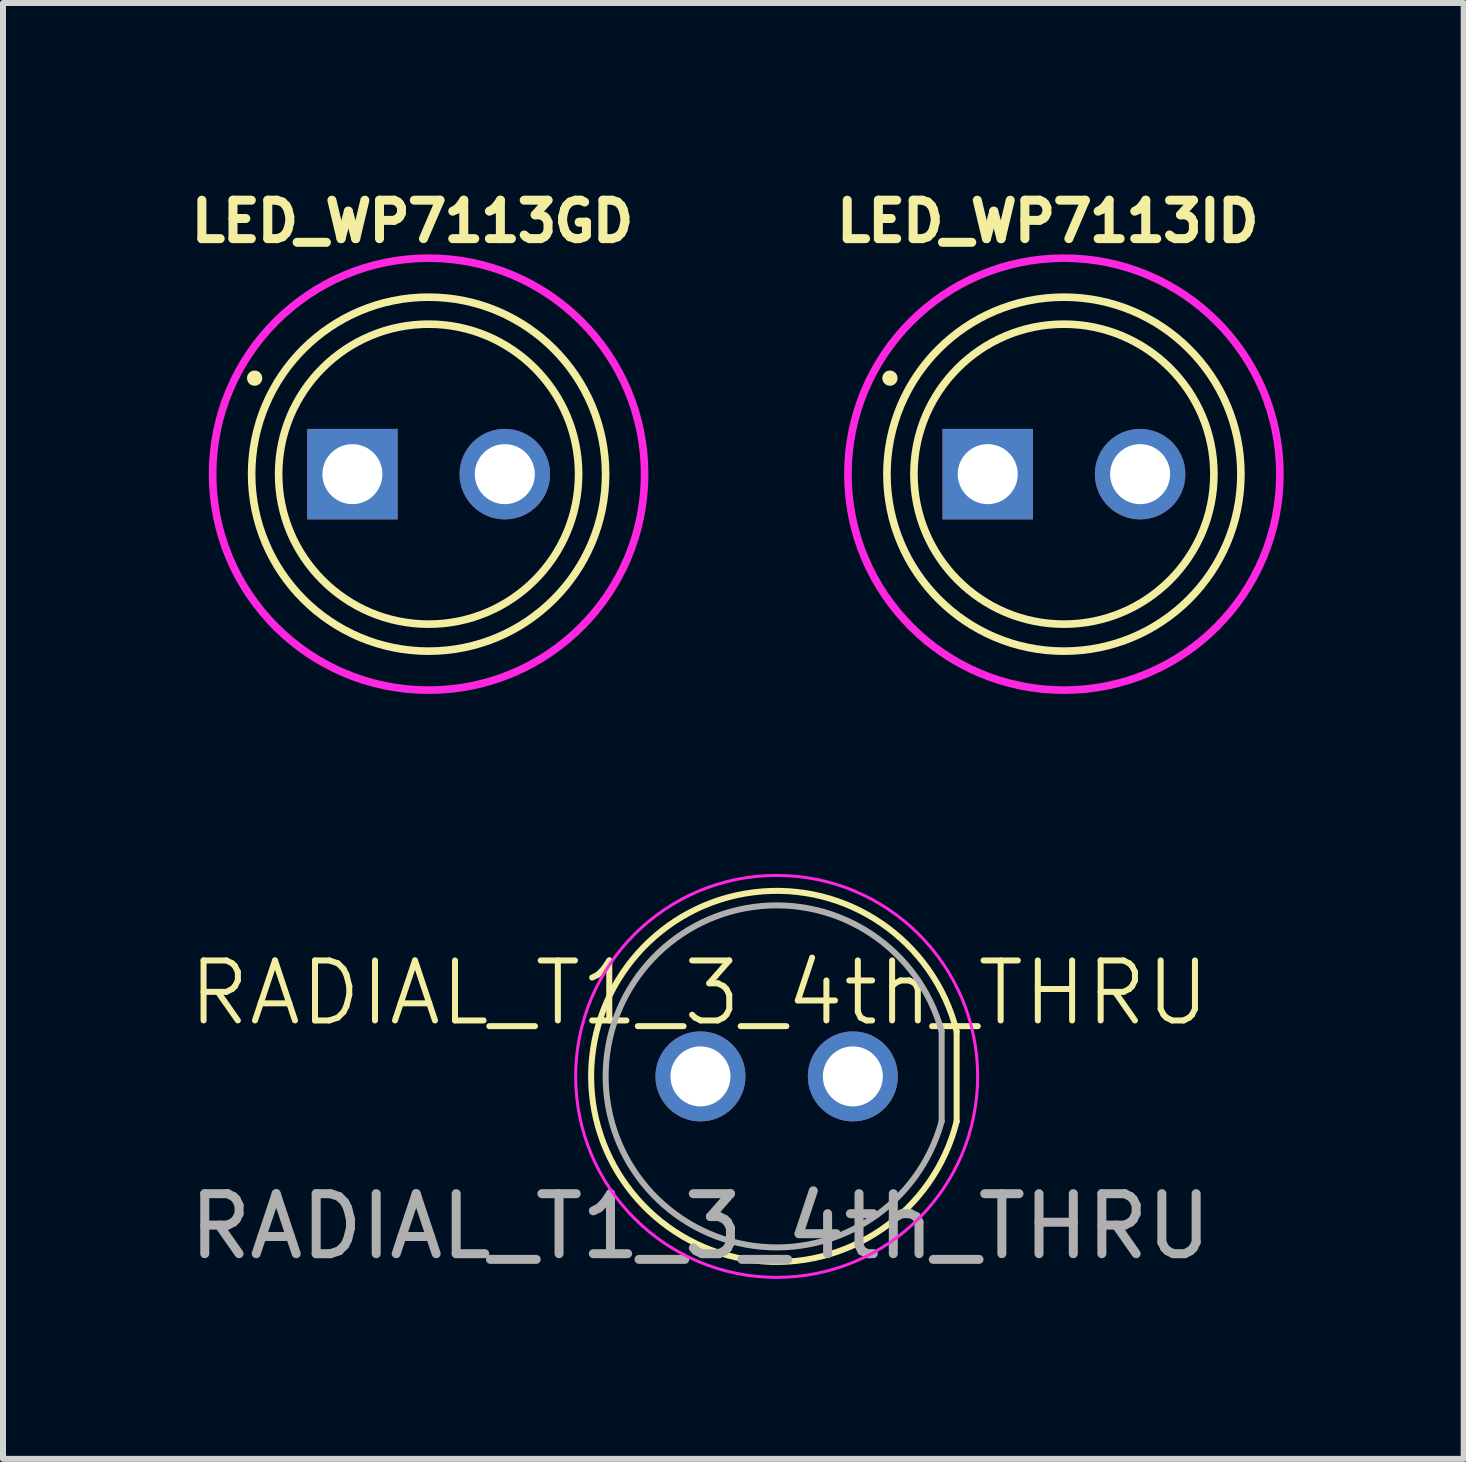
<source format=kicad_pcb>
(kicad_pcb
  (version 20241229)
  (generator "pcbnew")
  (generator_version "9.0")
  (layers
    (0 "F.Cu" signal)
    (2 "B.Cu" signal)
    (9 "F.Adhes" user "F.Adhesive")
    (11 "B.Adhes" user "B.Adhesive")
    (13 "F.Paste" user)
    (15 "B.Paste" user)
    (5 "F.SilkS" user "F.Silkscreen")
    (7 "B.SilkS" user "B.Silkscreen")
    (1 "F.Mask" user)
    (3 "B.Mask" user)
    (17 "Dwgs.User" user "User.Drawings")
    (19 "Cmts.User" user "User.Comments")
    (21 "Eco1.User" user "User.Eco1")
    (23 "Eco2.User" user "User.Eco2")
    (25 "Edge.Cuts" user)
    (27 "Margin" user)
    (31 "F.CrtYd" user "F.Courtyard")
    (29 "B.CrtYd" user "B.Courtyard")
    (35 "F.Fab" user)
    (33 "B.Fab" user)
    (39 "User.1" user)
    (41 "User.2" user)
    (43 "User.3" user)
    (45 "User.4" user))
  (footprint "RADIAL_T1_3_4th_THRU"
    (layer "F.Cu")
    (at 8.625 14.891)
    (property "Reference" "RADIAL_T1_3_4th_THRU" (at -0.02 -1.39 0) (unlocked yes) (layer "F.SilkS") (effects (font (size 1 1) (thickness 0.1))))
    (attr through_hole)
    (fp_line (start 4.27 -0.75) (end 4.27 0.75) (stroke (width 0.1) (type default)) (layer "F.SilkS"))
    (fp_arc (start 4.27 0.75) (mid -1.822329 0) (end 4.27 -0.749999) (stroke (width 0.1) (type default)) (layer "F.SilkS"))
    (fp_circle (center 1.27 0) (end 4.62 0) (stroke (width 0.05) (type solid)) (fill no) (layer "F.CrtYd"))
    (fp_line (start 4.02 -0.75) (end 4.02 0.75) (stroke (width 0.1) (type default)) (layer "F.Fab"))
    (fp_arc (start 4.02 0.75) (mid -1.580439 0) (end 4.02 -0.75) (stroke (width 0.1) (type default)) (layer "F.Fab"))
    (fp_text user "${REFERENCE}" (at 0 2.5 0) (unlocked yes) (layer "F.Fab") (effects (font (size 1 1) (thickness 0.15))))
    (pad "1" thru_hole circle (at 0 0) (size 1.5 1.5) (drill 1) (layers "*.Cu" "*.Mask"))
    (pad "2" thru_hole circle (at 2.54 0) (size 1.5 1.5) (drill 1) (layers "*.Cu" "*.Mask")))
  (footprint "LED_WP7113ID"
    (layer "F.Cu")
    (at 14.683 4.853)
    (property "Reference" "LED_WP7113ID" (at -0.269 -4.214 0) (layer "F.SilkS") (effects (font (size 0.641 0.641) (thickness 0.15))))
    (attr through_hole)
    (fp_circle (center -2.9 -1.6) (end -2.773 -1.6) (stroke (width 0) (type solid)) (fill yes) (layer "F.SilkS"))
    (fp_circle (center 0 0) (end 2.5 0) (stroke (width 0.127) (type solid)) (fill no) (layer "F.SilkS"))
    (fp_circle (center 0 0) (end 2.95 0) (stroke (width 0.127) (type solid)) (fill no) (layer "F.SilkS"))
    (fp_circle (center 0 0) (end 3.6 0) (stroke (width 0.127) (type solid)) (fill no) (layer "F.CrtYd"))
    (pad "A" thru_hole circle (at 1.27 0) (size 1.508 1.508) (drill 1) (layers "*.Cu" "*.Mask"))
    (pad "C" thru_hole rect (at -1.27 0) (size 1.508 1.508) (drill 1) (layers "*.Cu" "*.Mask")))
  (footprint "LED_WP7113GD"
    (layer "F.Cu")
    (at 4.094 4.853)
    (property "Reference" "LED_WP7113GD" (at -0.269 -4.214 0) (layer "F.SilkS") (effects (font (size 0.641 0.641) (thickness 0.15))))
    (attr through_hole)
    (fp_circle (center -2.9 -1.6) (end -2.773 -1.6) (stroke (width 0) (type solid)) (fill yes) (layer "F.SilkS"))
    (fp_circle (center 0 0) (end 2.5 0) (stroke (width 0.127) (type solid)) (fill no) (layer "F.SilkS"))
    (fp_circle (center 0 0) (end 2.95 0) (stroke (width 0.127) (type solid)) (fill no) (layer "F.SilkS"))
    (fp_circle (center 0 0) (end 3.6 0) (stroke (width 0.127) (type solid)) (fill no) (layer "F.CrtYd"))
    (pad "A" thru_hole circle (at 1.27 0) (size 1.508 1.508) (drill 1) (layers "*.Cu" "*.Mask"))
    (pad "C" thru_hole rect (at -1.27 0) (size 1.508 1.508) (drill 1) (layers "*.Cu" "*.Mask")))
  (gr_rect
    (start -3 -3)
    (end 21.346 21.266)
    (stroke (width 0.1) (type default))
    (fill no)
    (layer "Edge.Cuts")))
</source>
